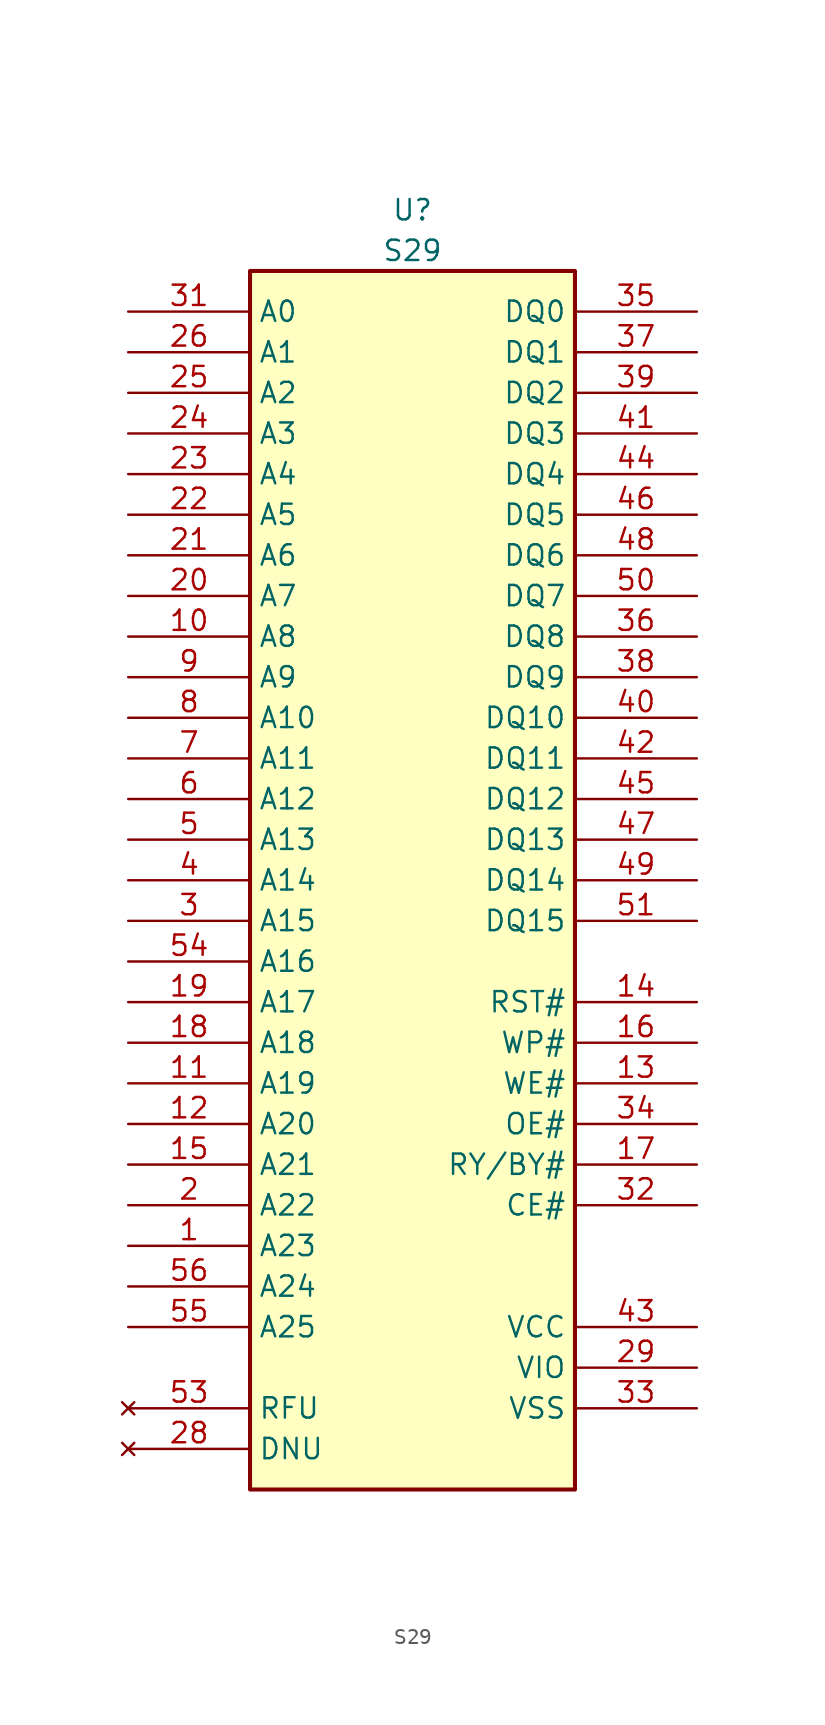
<source format=kicad_sym>
(kicad_symbol_lib
  (version 20211014)
  (generator kicad_symbol_editor)
  (symbol "S29"
    (property "Reference" "U"
      (at 0 57.15 0)
      (effects (font (size 1.27 1.27))))
    (property "Value" "S29"
      (at 0 54.61 0)
      (effects (font (size 1.27 1.27))))
    (symbol "S29_0_1"
      (rectangle (start -10.16 53.34) (end 10.16 -22.86) (stroke (width 0.254) (type default) (color 0 0 0 0)) (fill (type background))))
    (symbol "S29_1_1"
      (pin input line (at -17.78 -7.62 0) (length 7.62) (name "A23" (effects (font (size 1.27 1.27)))) (number "1" (effects (font (size 1.27 1.27)))))
      (pin input line (at -17.78 30.48 0) (length 7.62) (name "A8" (effects (font (size 1.27 1.27)))) (number "10" (effects (font (size 1.27 1.27)))))
      (pin input line (at -17.78 2.54 0) (length 7.62) (name "A19" (effects (font (size 1.27 1.27)))) (number "11" (effects (font (size 1.27 1.27)))))
      (pin input line (at -17.78 0 0) (length 7.62) (name "A20" (effects (font (size 1.27 1.27)))) (number "12" (effects (font (size 1.27 1.27)))))
      (pin input line (at 17.78 2.54 180) (length 7.62) (name "WE#" (effects (font (size 1.27 1.27)))) (number "13" (effects (font (size 1.27 1.27)))))
      (pin input line (at 17.78 7.62 180) (length 7.62) (name "RST#" (effects (font (size 1.27 1.27)))) (number "14" (effects (font (size 1.27 1.27)))))
      (pin input line (at -17.78 -2.54 0) (length 7.62) (name "A21" (effects (font (size 1.27 1.27)))) (number "15" (effects (font (size 1.27 1.27)))))
      (pin input line (at 17.78 5.08 180) (length 7.62) (name "WP#" (effects (font (size 1.27 1.27)))) (number "16" (effects (font (size 1.27 1.27)))))
      (pin output line (at 17.78 -2.54 180) (length 7.62) (name "RY/BY#" (effects (font (size 1.27 1.27)))) (number "17" (effects (font (size 1.27 1.27)))))
      (pin input line (at -17.78 5.08 0) (length 7.62) (name "A18" (effects (font (size 1.27 1.27)))) (number "18" (effects (font (size 1.27 1.27)))))
      (pin input line (at -17.78 7.62 0) (length 7.62) (name "A17" (effects (font (size 1.27 1.27)))) (number "19" (effects (font (size 1.27 1.27)))))
      (pin input line (at -17.78 -5.08 0) (length 7.62) (name "A22" (effects (font (size 1.27 1.27)))) (number "2" (effects (font (size 1.27 1.27)))))
      (pin input line (at -17.78 33.02 0) (length 7.62) (name "A7" (effects (font (size 1.27 1.27)))) (number "20" (effects (font (size 1.27 1.27)))))
      (pin input line (at -17.78 35.56 0) (length 7.62) (name "A6" (effects (font (size 1.27 1.27)))) (number "21" (effects (font (size 1.27 1.27)))))
      (pin input line (at -17.78 38.1 0) (length 7.62) (name "A5" (effects (font (size 1.27 1.27)))) (number "22" (effects (font (size 1.27 1.27)))))
      (pin input line (at -17.78 40.64 0) (length 7.62) (name "A4" (effects (font (size 1.27 1.27)))) (number "23" (effects (font (size 1.27 1.27)))))
      (pin input line (at -17.78 43.18 0) (length 7.62) (name "A3" (effects (font (size 1.27 1.27)))) (number "24" (effects (font (size 1.27 1.27)))))
      (pin input line (at -17.78 45.72 0) (length 7.62) (name "A2" (effects (font (size 1.27 1.27)))) (number "25" (effects (font (size 1.27 1.27)))))
      (pin input line (at -17.78 48.26 0) (length 7.62) (name "A1" (effects (font (size 1.27 1.27)))) (number "26" (effects (font (size 1.27 1.27)))))
      (pin no_connect line (at -17.78 -17.78 0) (length 7.62) hide (name "RFU" (effects (font (size 1.27 1.27)))) (number "27" (effects (font (size 1.27 1.27)))))
      (pin no_connect line (at -17.78 -20.32 0) (length 7.62) (name "DNU" (effects (font (size 1.27 1.27)))) (number "28" (effects (font (size 1.27 1.27)))))
      (pin input line (at 17.78 -15.24 180) (length 7.62) (name "VIO" (effects (font (size 1.27 1.27)))) (number "29" (effects (font (size 1.27 1.27)))))
      (pin input line (at -17.78 12.7 0) (length 7.62) (name "A15" (effects (font (size 1.27 1.27)))) (number "3" (effects (font (size 1.27 1.27)))))
      (pin no_connect line (at -17.78 -17.78 0) (length 7.62) hide (name "RFU" (effects (font (size 1.27 1.27)))) (number "30" (effects (font (size 1.27 1.27)))))
      (pin input line (at -17.78 50.8 0) (length 7.62) (name "A0" (effects (font (size 1.27 1.27)))) (number "31" (effects (font (size 1.27 1.27)))))
      (pin input line (at 17.78 -5.08 180) (length 7.62) (name "CE#" (effects (font (size 1.27 1.27)))) (number "32" (effects (font (size 1.27 1.27)))))
      (pin power_in line (at 17.78 -17.78 180) (length 7.62) (name "VSS" (effects (font (size 1.27 1.27)))) (number "33" (effects (font (size 1.27 1.27)))))
      (pin input line (at 17.78 0 180) (length 7.62) (name "OE#" (effects (font (size 1.27 1.27)))) (number "34" (effects (font (size 1.27 1.27)))))
      (pin bidirectional line (at 17.78 50.8 180) (length 7.62) (name "DQ0" (effects (font (size 1.27 1.27)))) (number "35" (effects (font (size 1.27 1.27)))))
      (pin bidirectional line (at 17.78 30.48 180) (length 7.62) (name "DQ8" (effects (font (size 1.27 1.27)))) (number "36" (effects (font (size 1.27 1.27)))))
      (pin bidirectional line (at 17.78 48.26 180) (length 7.62) (name "DQ1" (effects (font (size 1.27 1.27)))) (number "37" (effects (font (size 1.27 1.27)))))
      (pin bidirectional line (at 17.78 27.94 180) (length 7.62) (name "DQ9" (effects (font (size 1.27 1.27)))) (number "38" (effects (font (size 1.27 1.27)))))
      (pin bidirectional line (at 17.78 45.72 180) (length 7.62) (name "DQ2" (effects (font (size 1.27 1.27)))) (number "39" (effects (font (size 1.27 1.27)))))
      (pin input line (at -17.78 15.24 0) (length 7.62) (name "A14" (effects (font (size 1.27 1.27)))) (number "4" (effects (font (size 1.27 1.27)))))
      (pin bidirectional line (at 17.78 25.4 180) (length 7.62) (name "DQ10" (effects (font (size 1.27 1.27)))) (number "40" (effects (font (size 1.27 1.27)))))
      (pin bidirectional line (at 17.78 43.18 180) (length 7.62) (name "DQ3" (effects (font (size 1.27 1.27)))) (number "41" (effects (font (size 1.27 1.27)))))
      (pin bidirectional line (at 17.78 22.86 180) (length 7.62) (name "DQ11" (effects (font (size 1.27 1.27)))) (number "42" (effects (font (size 1.27 1.27)))))
      (pin power_in line (at 17.78 -12.7 180) (length 7.62) (name "VCC" (effects (font (size 1.27 1.27)))) (number "43" (effects (font (size 1.27 1.27)))))
      (pin bidirectional line (at 17.78 40.64 180) (length 7.62) (name "DQ4" (effects (font (size 1.27 1.27)))) (number "44" (effects (font (size 1.27 1.27)))))
      (pin bidirectional line (at 17.78 20.32 180) (length 7.62) (name "DQ12" (effects (font (size 1.27 1.27)))) (number "45" (effects (font (size 1.27 1.27)))))
      (pin bidirectional line (at 17.78 38.1 180) (length 7.62) (name "DQ5" (effects (font (size 1.27 1.27)))) (number "46" (effects (font (size 1.27 1.27)))))
      (pin bidirectional line (at 17.78 17.78 180) (length 7.62) (name "DQ13" (effects (font (size 1.27 1.27)))) (number "47" (effects (font (size 1.27 1.27)))))
      (pin bidirectional line (at 17.78 35.56 180) (length 7.62) (name "DQ6" (effects (font (size 1.27 1.27)))) (number "48" (effects (font (size 1.27 1.27)))))
      (pin bidirectional line (at 17.78 15.24 180) (length 7.62) (name "DQ14" (effects (font (size 1.27 1.27)))) (number "49" (effects (font (size 1.27 1.27)))))
      (pin input line (at -17.78 17.78 0) (length 7.62) (name "A13" (effects (font (size 1.27 1.27)))) (number "5" (effects (font (size 1.27 1.27)))))
      (pin bidirectional line (at 17.78 33.02 180) (length 7.62) (name "DQ7" (effects (font (size 1.27 1.27)))) (number "50" (effects (font (size 1.27 1.27)))))
      (pin bidirectional line (at 17.78 12.7 180) (length 7.62) (name "DQ15" (effects (font (size 1.27 1.27)))) (number "51" (effects (font (size 1.27 1.27)))))
      (pin power_in line (at 17.78 -17.78 180) (length 7.62) hide (name "VSS" (effects (font (size 1.27 1.27)))) (number "52" (effects (font (size 1.27 1.27)))))
      (pin no_connect line (at -17.78 -17.78 0) (length 7.62) (name "RFU" (effects (font (size 1.27 1.27)))) (number "53" (effects (font (size 1.27 1.27)))))
      (pin input line (at -17.78 10.16 0) (length 7.62) (name "A16" (effects (font (size 1.27 1.27)))) (number "54" (effects (font (size 1.27 1.27)))))
      (pin input line (at -17.78 -12.7 0) (length 7.62) (name "A25" (effects (font (size 1.27 1.27)))) (number "55" (effects (font (size 1.27 1.27)))))
      (pin input line (at -17.78 -10.16 0) (length 7.62) (name "A24" (effects (font (size 1.27 1.27)))) (number "56" (effects (font (size 1.27 1.27)))))
      (pin input line (at -17.78 20.32 0) (length 7.62) (name "A12" (effects (font (size 1.27 1.27)))) (number "6" (effects (font (size 1.27 1.27)))))
      (pin input line (at -17.78 22.86 0) (length 7.62) (name "A11" (effects (font (size 1.27 1.27)))) (number "7" (effects (font (size 1.27 1.27)))))
      (pin input line (at -17.78 25.4 0) (length 7.62) (name "A10" (effects (font (size 1.27 1.27)))) (number "8" (effects (font (size 1.27 1.27)))))
      (pin input line (at -17.78 27.94 0) (length 7.62) (name "A9" (effects (font (size 1.27 1.27)))) (number "9" (effects (font (size 1.27 1.27))))))))
</source>
